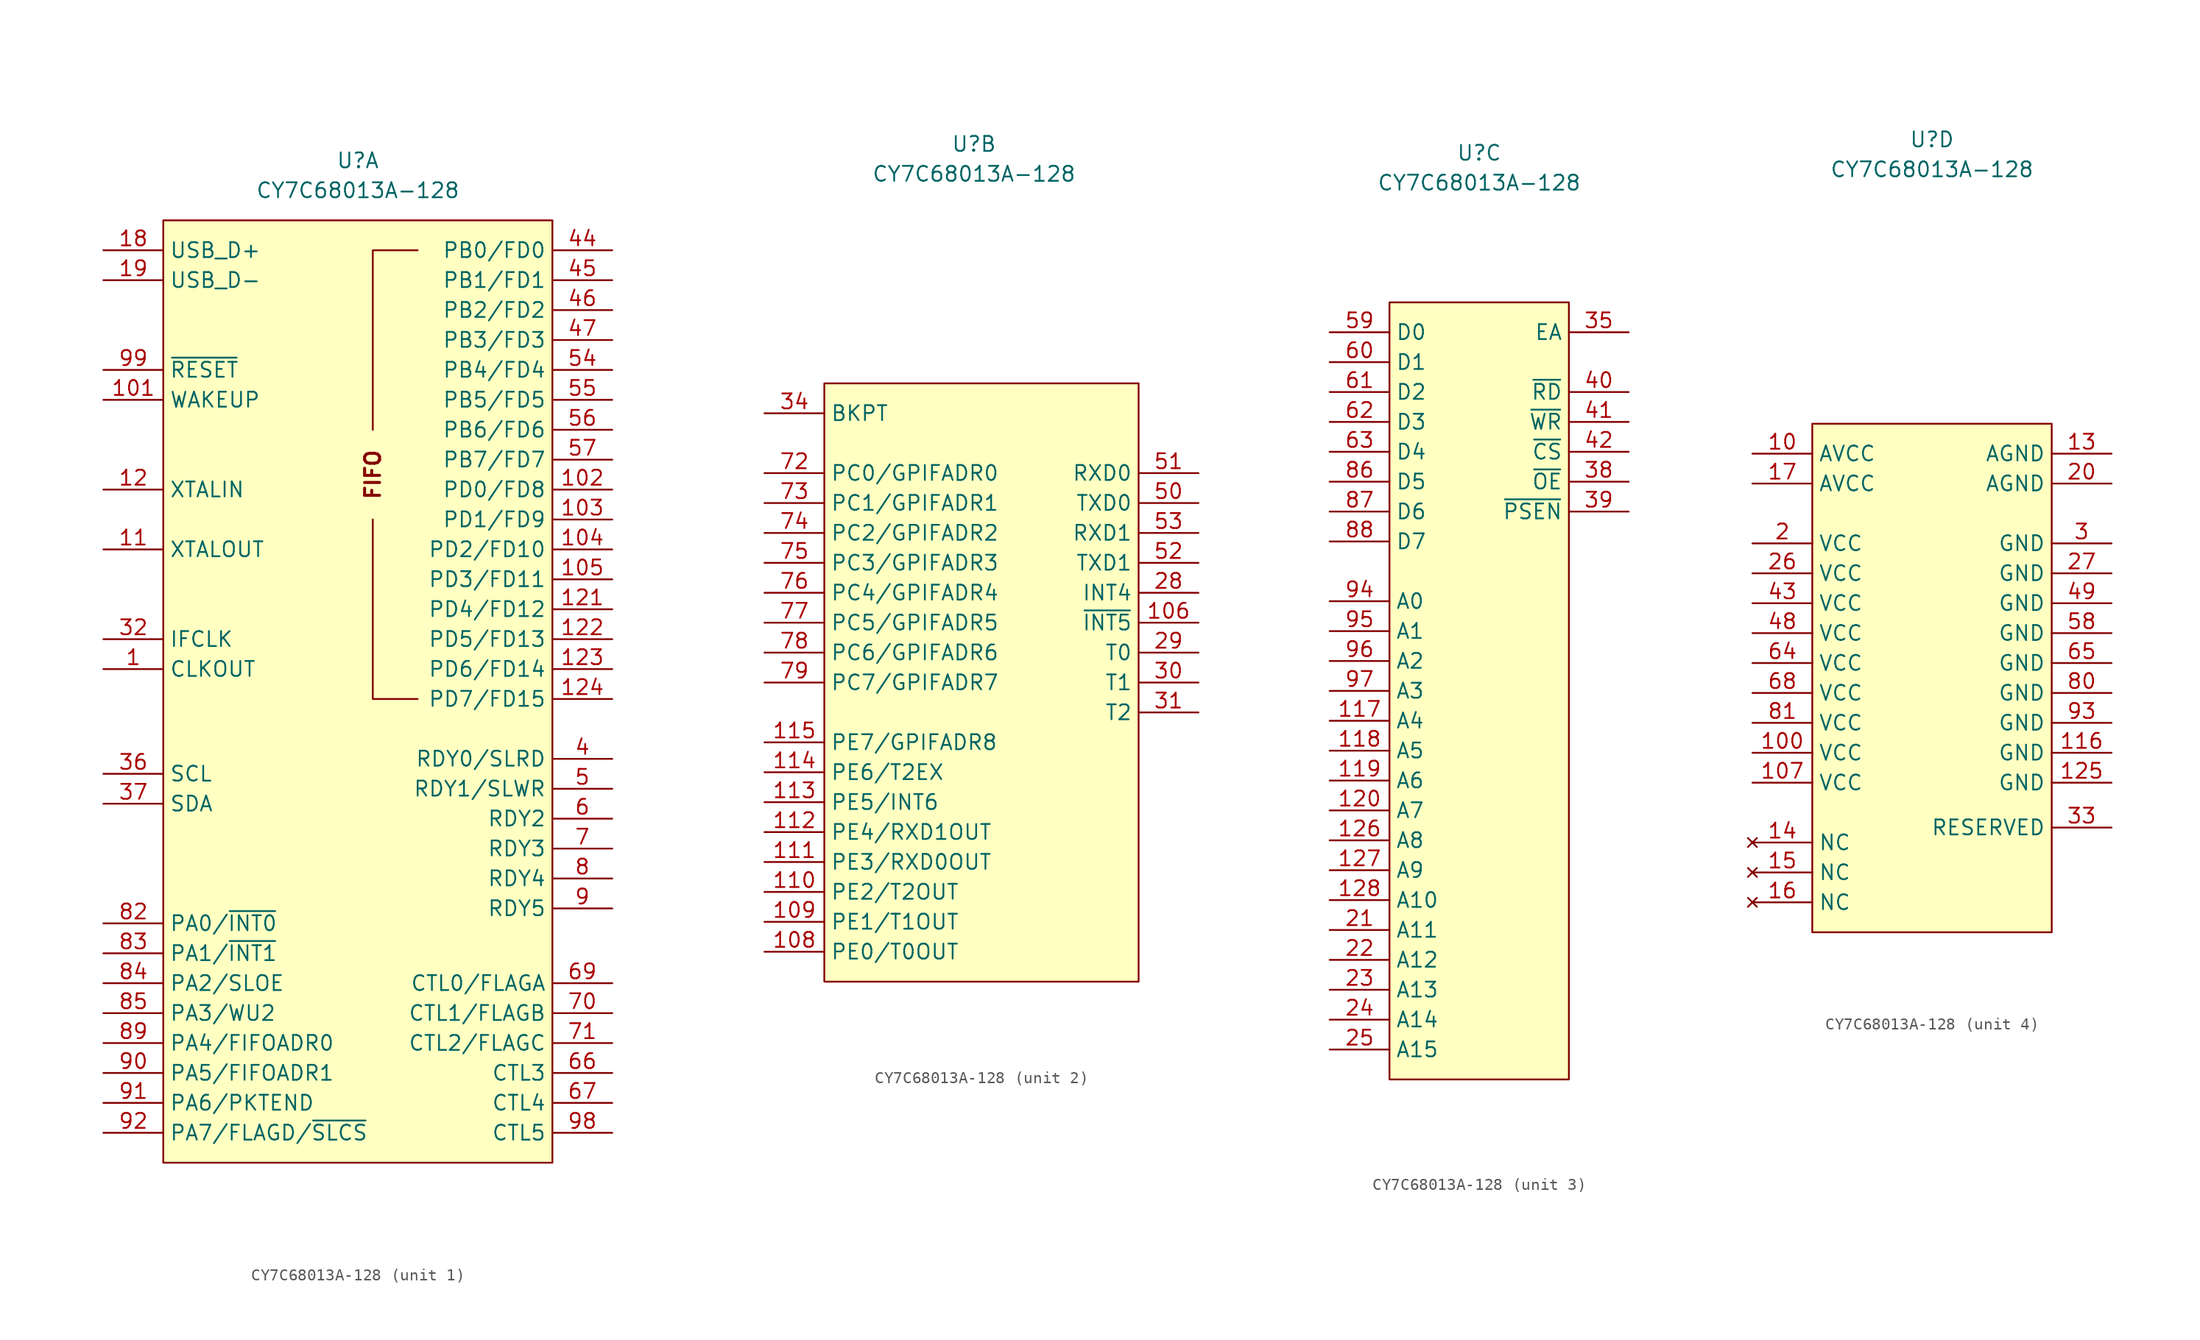
<source format=kicad_sym>
(kicad_symbol_lib
  (version 20211014)
  (generator kicad_symbol_editor)
  (symbol "CY7C68013A-128"
    (property "Reference" "U"
      (at 0 45.72 0)
      (effects (font (size 1.27 1.27))))
    (property "Value" "CY7C68013A-128"
      (at 0 43.18 0)
      (effects (font (size 1.27 1.27))))
    (property "ki_locked" ""
      (at 0 0 0)
      (effects (font (size 1.27 1.27))))
    (symbol "CY7C68013A-128_1_1"
      (rectangle (start -16.51 40.64) (end 16.51 -39.37) (stroke (width 0) (type default) (color 0 0 0 0)) (fill (type background)))
      (polyline (pts (xy 1.27 15.24) (xy 1.27 0) (xy 5.08 0)) (stroke (width 0) (type default) (color 0 0 0 0)) (fill (type none)))
      (polyline (pts (xy 1.27 22.86) (xy 1.27 38.1) (xy 5.08 38.1)) (stroke (width 0) (type default) (color 0 0 0 0)) (fill (type none)))
      (text "FIFO" (at 1.27 19.05 900) (effects (font (size 1.27 1.27) bold)))
      (pin output line (at -21.59 2.54 0) (length 5.08) (name "CLKOUT" (effects (font (size 1.27 1.27)))) (number "1" (effects (font (size 1.27 1.27)))))
      (pin input line (at -21.59 25.4 0) (length 5.08) (name "WAKEUP" (effects (font (size 1.27 1.27)))) (number "101" (effects (font (size 1.27 1.27)))))
      (pin bidirectional line (at 21.59 17.78 180) (length 5.08) (name "PD0/FD8" (effects (font (size 1.27 1.27)))) (number "102" (effects (font (size 1.27 1.27)))))
      (pin bidirectional line (at 21.59 15.24 180) (length 5.08) (name "PD1/FD9" (effects (font (size 1.27 1.27)))) (number "103" (effects (font (size 1.27 1.27)))))
      (pin bidirectional line (at 21.59 12.7 180) (length 5.08) (name "PD2/FD10" (effects (font (size 1.27 1.27)))) (number "104" (effects (font (size 1.27 1.27)))))
      (pin bidirectional line (at 21.59 10.16 180) (length 5.08) (name "PD3/FD11" (effects (font (size 1.27 1.27)))) (number "105" (effects (font (size 1.27 1.27)))))
      (pin output line (at -21.59 12.7 0) (length 5.08) (name "XTALOUT" (effects (font (size 1.27 1.27)))) (number "11" (effects (font (size 1.27 1.27)))))
      (pin input line (at -21.59 17.78 0) (length 5.08) (name "XTALIN" (effects (font (size 1.27 1.27)))) (number "12" (effects (font (size 1.27 1.27)))))
      (pin bidirectional line (at 21.59 7.62 180) (length 5.08) (name "PD4/FD12" (effects (font (size 1.27 1.27)))) (number "121" (effects (font (size 1.27 1.27)))))
      (pin bidirectional line (at 21.59 5.08 180) (length 5.08) (name "PD5/FD13" (effects (font (size 1.27 1.27)))) (number "122" (effects (font (size 1.27 1.27)))))
      (pin bidirectional line (at 21.59 2.54 180) (length 5.08) (name "PD6/FD14" (effects (font (size 1.27 1.27)))) (number "123" (effects (font (size 1.27 1.27)))))
      (pin bidirectional line (at 21.59 0 180) (length 5.08) (name "PD7/FD15" (effects (font (size 1.27 1.27)))) (number "124" (effects (font (size 1.27 1.27)))))
      (pin bidirectional line (at -21.59 38.1 0) (length 5.08) (name "USB_D+" (effects (font (size 1.27 1.27)))) (number "18" (effects (font (size 1.27 1.27)))))
      (pin bidirectional line (at -21.59 35.56 0) (length 5.08) (name "USB_D-" (effects (font (size 1.27 1.27)))) (number "19" (effects (font (size 1.27 1.27)))))
      (pin bidirectional line (at -21.59 5.08 0) (length 5.08) (name "IFCLK" (effects (font (size 1.27 1.27)))) (number "32" (effects (font (size 1.27 1.27)))))
      (pin bidirectional line (at -21.59 -6.35 0) (length 5.08) (name "SCL" (effects (font (size 1.27 1.27)))) (number "36" (effects (font (size 1.27 1.27)))))
      (pin bidirectional line (at -21.59 -8.89 0) (length 5.08) (name "SDA" (effects (font (size 1.27 1.27)))) (number "37" (effects (font (size 1.27 1.27)))))
      (pin input line (at 21.59 -5.08 180) (length 5.08) (name "RDY0/SLRD" (effects (font (size 1.27 1.27)))) (number "4" (effects (font (size 1.27 1.27)))))
      (pin bidirectional line (at 21.59 38.1 180) (length 5.08) (name "PB0/FD0" (effects (font (size 1.27 1.27)))) (number "44" (effects (font (size 1.27 1.27)))))
      (pin bidirectional line (at 21.59 35.56 180) (length 5.08) (name "PB1/FD1" (effects (font (size 1.27 1.27)))) (number "45" (effects (font (size 1.27 1.27)))))
      (pin bidirectional line (at 21.59 33.02 180) (length 5.08) (name "PB2/FD2" (effects (font (size 1.27 1.27)))) (number "46" (effects (font (size 1.27 1.27)))))
      (pin bidirectional line (at 21.59 30.48 180) (length 5.08) (name "PB3/FD3" (effects (font (size 1.27 1.27)))) (number "47" (effects (font (size 1.27 1.27)))))
      (pin input line (at 21.59 -7.62 180) (length 5.08) (name "RDY1/SLWR" (effects (font (size 1.27 1.27)))) (number "5" (effects (font (size 1.27 1.27)))))
      (pin bidirectional line (at 21.59 27.94 180) (length 5.08) (name "PB4/FD4" (effects (font (size 1.27 1.27)))) (number "54" (effects (font (size 1.27 1.27)))))
      (pin bidirectional line (at 21.59 25.4 180) (length 5.08) (name "PB5/FD5" (effects (font (size 1.27 1.27)))) (number "55" (effects (font (size 1.27 1.27)))))
      (pin bidirectional line (at 21.59 22.86 180) (length 5.08) (name "PB6/FD6" (effects (font (size 1.27 1.27)))) (number "56" (effects (font (size 1.27 1.27)))))
      (pin bidirectional line (at 21.59 20.32 180) (length 5.08) (name "PB7/FD7" (effects (font (size 1.27 1.27)))) (number "57" (effects (font (size 1.27 1.27)))))
      (pin input line (at 21.59 -10.16 180) (length 5.08) (name "RDY2" (effects (font (size 1.27 1.27)))) (number "6" (effects (font (size 1.27 1.27)))))
      (pin output line (at 21.59 -31.75 180) (length 5.08) (name "CTL3" (effects (font (size 1.27 1.27)))) (number "66" (effects (font (size 1.27 1.27)))))
      (pin output line (at 21.59 -34.29 180) (length 5.08) (name "CTL4" (effects (font (size 1.27 1.27)))) (number "67" (effects (font (size 1.27 1.27)))))
      (pin output line (at 21.59 -24.13 180) (length 5.08) (name "CTL0/FLAGA" (effects (font (size 1.27 1.27)))) (number "69" (effects (font (size 1.27 1.27)))))
      (pin input line (at 21.59 -12.7 180) (length 5.08) (name "RDY3" (effects (font (size 1.27 1.27)))) (number "7" (effects (font (size 1.27 1.27)))))
      (pin output line (at 21.59 -26.67 180) (length 5.08) (name "CTL1/FLAGB" (effects (font (size 1.27 1.27)))) (number "70" (effects (font (size 1.27 1.27)))))
      (pin output line (at 21.59 -29.21 180) (length 5.08) (name "CTL2/FLAGC" (effects (font (size 1.27 1.27)))) (number "71" (effects (font (size 1.27 1.27)))))
      (pin input line (at 21.59 -15.24 180) (length 5.08) (name "RDY4" (effects (font (size 1.27 1.27)))) (number "8" (effects (font (size 1.27 1.27)))))
      (pin bidirectional line (at -21.59 -19.05 0) (length 5.08) (name "PA0/~{INT0}" (effects (font (size 1.27 1.27)))) (number "82" (effects (font (size 1.27 1.27)))))
      (pin bidirectional line (at -21.59 -21.59 0) (length 5.08) (name "PA1/~{INT1}" (effects (font (size 1.27 1.27)))) (number "83" (effects (font (size 1.27 1.27)))))
      (pin bidirectional line (at -21.59 -24.13 0) (length 5.08) (name "PA2/SLOE" (effects (font (size 1.27 1.27)))) (number "84" (effects (font (size 1.27 1.27)))))
      (pin bidirectional line (at -21.59 -26.67 0) (length 5.08) (name "PA3/WU2" (effects (font (size 1.27 1.27)))) (number "85" (effects (font (size 1.27 1.27)))))
      (pin bidirectional line (at -21.59 -29.21 0) (length 5.08) (name "PA4/FIFOADR0" (effects (font (size 1.27 1.27)))) (number "89" (effects (font (size 1.27 1.27)))))
      (pin input line (at 21.59 -17.78 180) (length 5.08) (name "RDY5" (effects (font (size 1.27 1.27)))) (number "9" (effects (font (size 1.27 1.27)))))
      (pin bidirectional line (at -21.59 -31.75 0) (length 5.08) (name "PA5/FIFOADR1" (effects (font (size 1.27 1.27)))) (number "90" (effects (font (size 1.27 1.27)))))
      (pin bidirectional line (at -21.59 -34.29 0) (length 5.08) (name "PA6/PKTEND" (effects (font (size 1.27 1.27)))) (number "91" (effects (font (size 1.27 1.27)))))
      (pin bidirectional line (at -21.59 -36.83 0) (length 5.08) (name "PA7/FLAGD/~{SLCS}" (effects (font (size 1.27 1.27)))) (number "92" (effects (font (size 1.27 1.27)))))
      (pin output line (at 21.59 -36.83 180) (length 5.08) (name "CTL5" (effects (font (size 1.27 1.27)))) (number "98" (effects (font (size 1.27 1.27)))))
      (pin input line (at -21.59 27.94 0) (length 5.08) (name "~{RESET}" (effects (font (size 1.27 1.27)))) (number "99" (effects (font (size 1.27 1.27))))))
    (symbol "CY7C68013A-128_2_1"
      (rectangle (start -12.7 25.4) (end 13.97 -25.4) (stroke (width 0) (type default) (color 0 0 0 0)) (fill (type background)))
      (pin input line (at 19.05 5.08 180) (length 5.08) (name "~{INT5}" (effects (font (size 1.27 1.27)))) (number "106" (effects (font (size 1.27 1.27)))))
      (pin bidirectional line (at -17.78 -22.86 0) (length 5.08) (name "PE0/T0OUT" (effects (font (size 1.27 1.27)))) (number "108" (effects (font (size 1.27 1.27)))))
      (pin bidirectional line (at -17.78 -20.32 0) (length 5.08) (name "PE1/T1OUT" (effects (font (size 1.27 1.27)))) (number "109" (effects (font (size 1.27 1.27)))))
      (pin bidirectional line (at -17.78 -17.78 0) (length 5.08) (name "PE2/T2OUT" (effects (font (size 1.27 1.27)))) (number "110" (effects (font (size 1.27 1.27)))))
      (pin bidirectional line (at -17.78 -15.24 0) (length 5.08) (name "PE3/RXD0OUT" (effects (font (size 1.27 1.27)))) (number "111" (effects (font (size 1.27 1.27)))))
      (pin bidirectional line (at -17.78 -12.7 0) (length 5.08) (name "PE4/RXD1OUT" (effects (font (size 1.27 1.27)))) (number "112" (effects (font (size 1.27 1.27)))))
      (pin bidirectional line (at -17.78 -10.16 0) (length 5.08) (name "PE5/INT6" (effects (font (size 1.27 1.27)))) (number "113" (effects (font (size 1.27 1.27)))))
      (pin bidirectional line (at -17.78 -7.62 0) (length 5.08) (name "PE6/T2EX" (effects (font (size 1.27 1.27)))) (number "114" (effects (font (size 1.27 1.27)))))
      (pin bidirectional line (at -17.78 -5.08 0) (length 5.08) (name "PE7/GPIFADR8" (effects (font (size 1.27 1.27)))) (number "115" (effects (font (size 1.27 1.27)))))
      (pin input line (at 19.05 7.62 180) (length 5.08) (name "INT4" (effects (font (size 1.27 1.27)))) (number "28" (effects (font (size 1.27 1.27)))))
      (pin input line (at 19.05 2.54 180) (length 5.08) (name "T0" (effects (font (size 1.27 1.27)))) (number "29" (effects (font (size 1.27 1.27)))))
      (pin input line (at 19.05 0 180) (length 5.08) (name "T1" (effects (font (size 1.27 1.27)))) (number "30" (effects (font (size 1.27 1.27)))))
      (pin input line (at 19.05 -2.54 180) (length 5.08) (name "T2" (effects (font (size 1.27 1.27)))) (number "31" (effects (font (size 1.27 1.27)))))
      (pin output line (at -17.78 22.86 0) (length 5.08) (name "BKPT" (effects (font (size 1.27 1.27)))) (number "34" (effects (font (size 1.27 1.27)))))
      (pin output line (at 19.05 15.24 180) (length 5.08) (name "TXD0" (effects (font (size 1.27 1.27)))) (number "50" (effects (font (size 1.27 1.27)))))
      (pin input line (at 19.05 17.78 180) (length 5.08) (name "RXD0" (effects (font (size 1.27 1.27)))) (number "51" (effects (font (size 1.27 1.27)))))
      (pin output line (at 19.05 10.16 180) (length 5.08) (name "TXD1" (effects (font (size 1.27 1.27)))) (number "52" (effects (font (size 1.27 1.27)))))
      (pin input line (at 19.05 12.7 180) (length 5.08) (name "RXD1" (effects (font (size 1.27 1.27)))) (number "53" (effects (font (size 1.27 1.27)))))
      (pin bidirectional line (at -17.78 17.78 0) (length 5.08) (name "PC0/GPIFADR0" (effects (font (size 1.27 1.27)))) (number "72" (effects (font (size 1.27 1.27)))))
      (pin bidirectional line (at -17.78 15.24 0) (length 5.08) (name "PC1/GPIFADR1" (effects (font (size 1.27 1.27)))) (number "73" (effects (font (size 1.27 1.27)))))
      (pin bidirectional line (at -17.78 12.7 0) (length 5.08) (name "PC2/GPIFADR2" (effects (font (size 1.27 1.27)))) (number "74" (effects (font (size 1.27 1.27)))))
      (pin bidirectional line (at -17.78 10.16 0) (length 5.08) (name "PC3/GPIFADR3" (effects (font (size 1.27 1.27)))) (number "75" (effects (font (size 1.27 1.27)))))
      (pin bidirectional line (at -17.78 7.62 0) (length 5.08) (name "PC4/GPIFADR4" (effects (font (size 1.27 1.27)))) (number "76" (effects (font (size 1.27 1.27)))))
      (pin bidirectional line (at -17.78 5.08 0) (length 5.08) (name "PC5/GPIFADR5" (effects (font (size 1.27 1.27)))) (number "77" (effects (font (size 1.27 1.27)))))
      (pin bidirectional line (at -17.78 2.54 0) (length 5.08) (name "PC6/GPIFADR6" (effects (font (size 1.27 1.27)))) (number "78" (effects (font (size 1.27 1.27)))))
      (pin bidirectional line (at -17.78 0 0) (length 5.08) (name "PC7/GPIFADR7" (effects (font (size 1.27 1.27)))) (number "79" (effects (font (size 1.27 1.27))))))
    (symbol "CY7C68013A-128_3_1"
      (rectangle (start -7.62 33.02) (end 7.62 -33.02) (stroke (width 0) (type default) (color 0 0 0 0)) (fill (type background)))
      (pin output line (at -12.7 -2.54 0) (length 5.08) (name "A4" (effects (font (size 1.27 1.27)))) (number "117" (effects (font (size 1.27 1.27)))))
      (pin output line (at -12.7 -5.08 0) (length 5.08) (name "A5" (effects (font (size 1.27 1.27)))) (number "118" (effects (font (size 1.27 1.27)))))
      (pin output line (at -12.7 -7.62 0) (length 5.08) (name "A6" (effects (font (size 1.27 1.27)))) (number "119" (effects (font (size 1.27 1.27)))))
      (pin output line (at -12.7 -10.16 0) (length 5.08) (name "A7" (effects (font (size 1.27 1.27)))) (number "120" (effects (font (size 1.27 1.27)))))
      (pin output line (at -12.7 -12.7 0) (length 5.08) (name "A8" (effects (font (size 1.27 1.27)))) (number "126" (effects (font (size 1.27 1.27)))))
      (pin output line (at -12.7 -15.24 0) (length 5.08) (name "A9" (effects (font (size 1.27 1.27)))) (number "127" (effects (font (size 1.27 1.27)))))
      (pin output line (at -12.7 -17.78 0) (length 5.08) (name "A10" (effects (font (size 1.27 1.27)))) (number "128" (effects (font (size 1.27 1.27)))))
      (pin output line (at -12.7 -20.32 0) (length 5.08) (name "A11" (effects (font (size 1.27 1.27)))) (number "21" (effects (font (size 1.27 1.27)))))
      (pin output line (at -12.7 -22.86 0) (length 5.08) (name "A12" (effects (font (size 1.27 1.27)))) (number "22" (effects (font (size 1.27 1.27)))))
      (pin output line (at -12.7 -25.4 0) (length 5.08) (name "A13" (effects (font (size 1.27 1.27)))) (number "23" (effects (font (size 1.27 1.27)))))
      (pin output line (at -12.7 -27.94 0) (length 5.08) (name "A14" (effects (font (size 1.27 1.27)))) (number "24" (effects (font (size 1.27 1.27)))))
      (pin output line (at -12.7 -30.48 0) (length 5.08) (name "A15" (effects (font (size 1.27 1.27)))) (number "25" (effects (font (size 1.27 1.27)))))
      (pin input line (at 12.7 30.48 180) (length 5.08) (name "EA" (effects (font (size 1.27 1.27)))) (number "35" (effects (font (size 1.27 1.27)))))
      (pin output line (at 12.7 17.78 180) (length 5.08) (name "~{OE}" (effects (font (size 1.27 1.27)))) (number "38" (effects (font (size 1.27 1.27)))))
      (pin output line (at 12.7 15.24 180) (length 5.08) (name "~{PSEN}" (effects (font (size 1.27 1.27)))) (number "39" (effects (font (size 1.27 1.27)))))
      (pin output line (at 12.7 25.4 180) (length 5.08) (name "~{RD}" (effects (font (size 1.27 1.27)))) (number "40" (effects (font (size 1.27 1.27)))))
      (pin output line (at 12.7 22.86 180) (length 5.08) (name "~{WR}" (effects (font (size 1.27 1.27)))) (number "41" (effects (font (size 1.27 1.27)))))
      (pin output line (at 12.7 20.32 180) (length 5.08) (name "~{CS}" (effects (font (size 1.27 1.27)))) (number "42" (effects (font (size 1.27 1.27)))))
      (pin bidirectional line (at -12.7 30.48 0) (length 5.08) (name "D0" (effects (font (size 1.27 1.27)))) (number "59" (effects (font (size 1.27 1.27)))))
      (pin bidirectional line (at -12.7 27.94 0) (length 5.08) (name "D1" (effects (font (size 1.27 1.27)))) (number "60" (effects (font (size 1.27 1.27)))))
      (pin bidirectional line (at -12.7 25.4 0) (length 5.08) (name "D2" (effects (font (size 1.27 1.27)))) (number "61" (effects (font (size 1.27 1.27)))))
      (pin bidirectional line (at -12.7 22.86 0) (length 5.08) (name "D3" (effects (font (size 1.27 1.27)))) (number "62" (effects (font (size 1.27 1.27)))))
      (pin bidirectional line (at -12.7 20.32 0) (length 5.08) (name "D4" (effects (font (size 1.27 1.27)))) (number "63" (effects (font (size 1.27 1.27)))))
      (pin bidirectional line (at -12.7 17.78 0) (length 5.08) (name "D5" (effects (font (size 1.27 1.27)))) (number "86" (effects (font (size 1.27 1.27)))))
      (pin bidirectional line (at -12.7 15.24 0) (length 5.08) (name "D6" (effects (font (size 1.27 1.27)))) (number "87" (effects (font (size 1.27 1.27)))))
      (pin bidirectional line (at -12.7 12.7 0) (length 5.08) (name "D7" (effects (font (size 1.27 1.27)))) (number "88" (effects (font (size 1.27 1.27)))))
      (pin output line (at -12.7 7.62 0) (length 5.08) (name "A0" (effects (font (size 1.27 1.27)))) (number "94" (effects (font (size 1.27 1.27)))))
      (pin output line (at -12.7 5.08 0) (length 5.08) (name "A1" (effects (font (size 1.27 1.27)))) (number "95" (effects (font (size 1.27 1.27)))))
      (pin output line (at -12.7 2.54 0) (length 5.08) (name "A2" (effects (font (size 1.27 1.27)))) (number "96" (effects (font (size 1.27 1.27)))))
      (pin output line (at -12.7 0 0) (length 5.08) (name "A3" (effects (font (size 1.27 1.27)))) (number "97" (effects (font (size 1.27 1.27))))))
    (symbol "CY7C68013A-128_4_1"
      (rectangle (start -10.16 21.59) (end 10.16 -21.59) (stroke (width 0) (type default) (color 0 0 0 0)) (fill (type background)))
      (pin power_in line (at -15.24 19.05 0) (length 5.08) (name "AVCC" (effects (font (size 1.27 1.27)))) (number "10" (effects (font (size 1.27 1.27)))))
      (pin power_in line (at -15.24 -6.35 0) (length 5.08) (name "VCC" (effects (font (size 1.27 1.27)))) (number "100" (effects (font (size 1.27 1.27)))))
      (pin power_in line (at -15.24 -8.89 0) (length 5.08) (name "VCC" (effects (font (size 1.27 1.27)))) (number "107" (effects (font (size 1.27 1.27)))))
      (pin power_in line (at 15.24 -6.35 180) (length 5.08) (name "GND" (effects (font (size 1.27 1.27)))) (number "116" (effects (font (size 1.27 1.27)))))
      (pin power_in line (at 15.24 -8.89 180) (length 5.08) (name "GND" (effects (font (size 1.27 1.27)))) (number "125" (effects (font (size 1.27 1.27)))))
      (pin power_in line (at 15.24 19.05 180) (length 5.08) (name "AGND" (effects (font (size 1.27 1.27)))) (number "13" (effects (font (size 1.27 1.27)))))
      (pin no_connect line (at -15.24 -13.97 0) (length 5.08) (name "NC" (effects (font (size 1.27 1.27)))) (number "14" (effects (font (size 1.27 1.27)))))
      (pin no_connect line (at -15.24 -16.51 0) (length 5.08) (name "NC" (effects (font (size 1.27 1.27)))) (number "15" (effects (font (size 1.27 1.27)))))
      (pin no_connect line (at -15.24 -19.05 0) (length 5.08) (name "NC" (effects (font (size 1.27 1.27)))) (number "16" (effects (font (size 1.27 1.27)))))
      (pin power_in line (at -15.24 16.51 0) (length 5.08) (name "AVCC" (effects (font (size 1.27 1.27)))) (number "17" (effects (font (size 1.27 1.27)))))
      (pin power_in line (at -15.24 11.43 0) (length 5.08) (name "VCC" (effects (font (size 1.27 1.27)))) (number "2" (effects (font (size 1.27 1.27)))))
      (pin power_in line (at 15.24 16.51 180) (length 5.08) (name "AGND" (effects (font (size 1.27 1.27)))) (number "20" (effects (font (size 1.27 1.27)))))
      (pin power_in line (at -15.24 8.89 0) (length 5.08) (name "VCC" (effects (font (size 1.27 1.27)))) (number "26" (effects (font (size 1.27 1.27)))))
      (pin power_in line (at 15.24 8.89 180) (length 5.08) (name "GND" (effects (font (size 1.27 1.27)))) (number "27" (effects (font (size 1.27 1.27)))))
      (pin power_in line (at 15.24 11.43 180) (length 5.08) (name "GND" (effects (font (size 1.27 1.27)))) (number "3" (effects (font (size 1.27 1.27)))))
      (pin power_in line (at 15.24 -12.7 180) (length 5.08) (name "RESERVED" (effects (font (size 1.27 1.27)))) (number "33" (effects (font (size 1.27 1.27)))))
      (pin power_in line (at -15.24 6.35 0) (length 5.08) (name "VCC" (effects (font (size 1.27 1.27)))) (number "43" (effects (font (size 1.27 1.27)))))
      (pin power_in line (at -15.24 3.81 0) (length 5.08) (name "VCC" (effects (font (size 1.27 1.27)))) (number "48" (effects (font (size 1.27 1.27)))))
      (pin power_in line (at 15.24 6.35 180) (length 5.08) (name "GND" (effects (font (size 1.27 1.27)))) (number "49" (effects (font (size 1.27 1.27)))))
      (pin power_in line (at 15.24 3.81 180) (length 5.08) (name "GND" (effects (font (size 1.27 1.27)))) (number "58" (effects (font (size 1.27 1.27)))))
      (pin power_in line (at -15.24 1.27 0) (length 5.08) (name "VCC" (effects (font (size 1.27 1.27)))) (number "64" (effects (font (size 1.27 1.27)))))
      (pin power_in line (at 15.24 1.27 180) (length 5.08) (name "GND" (effects (font (size 1.27 1.27)))) (number "65" (effects (font (size 1.27 1.27)))))
      (pin power_in line (at -15.24 -1.27 0) (length 5.08) (name "VCC" (effects (font (size 1.27 1.27)))) (number "68" (effects (font (size 1.27 1.27)))))
      (pin power_in line (at 15.24 -1.27 180) (length 5.08) (name "GND" (effects (font (size 1.27 1.27)))) (number "80" (effects (font (size 1.27 1.27)))))
      (pin power_in line (at -15.24 -3.81 0) (length 5.08) (name "VCC" (effects (font (size 1.27 1.27)))) (number "81" (effects (font (size 1.27 1.27)))))
      (pin power_in line (at 15.24 -3.81 180) (length 5.08) (name "GND" (effects (font (size 1.27 1.27)))) (number "93" (effects (font (size 1.27 1.27))))))))
</source>
